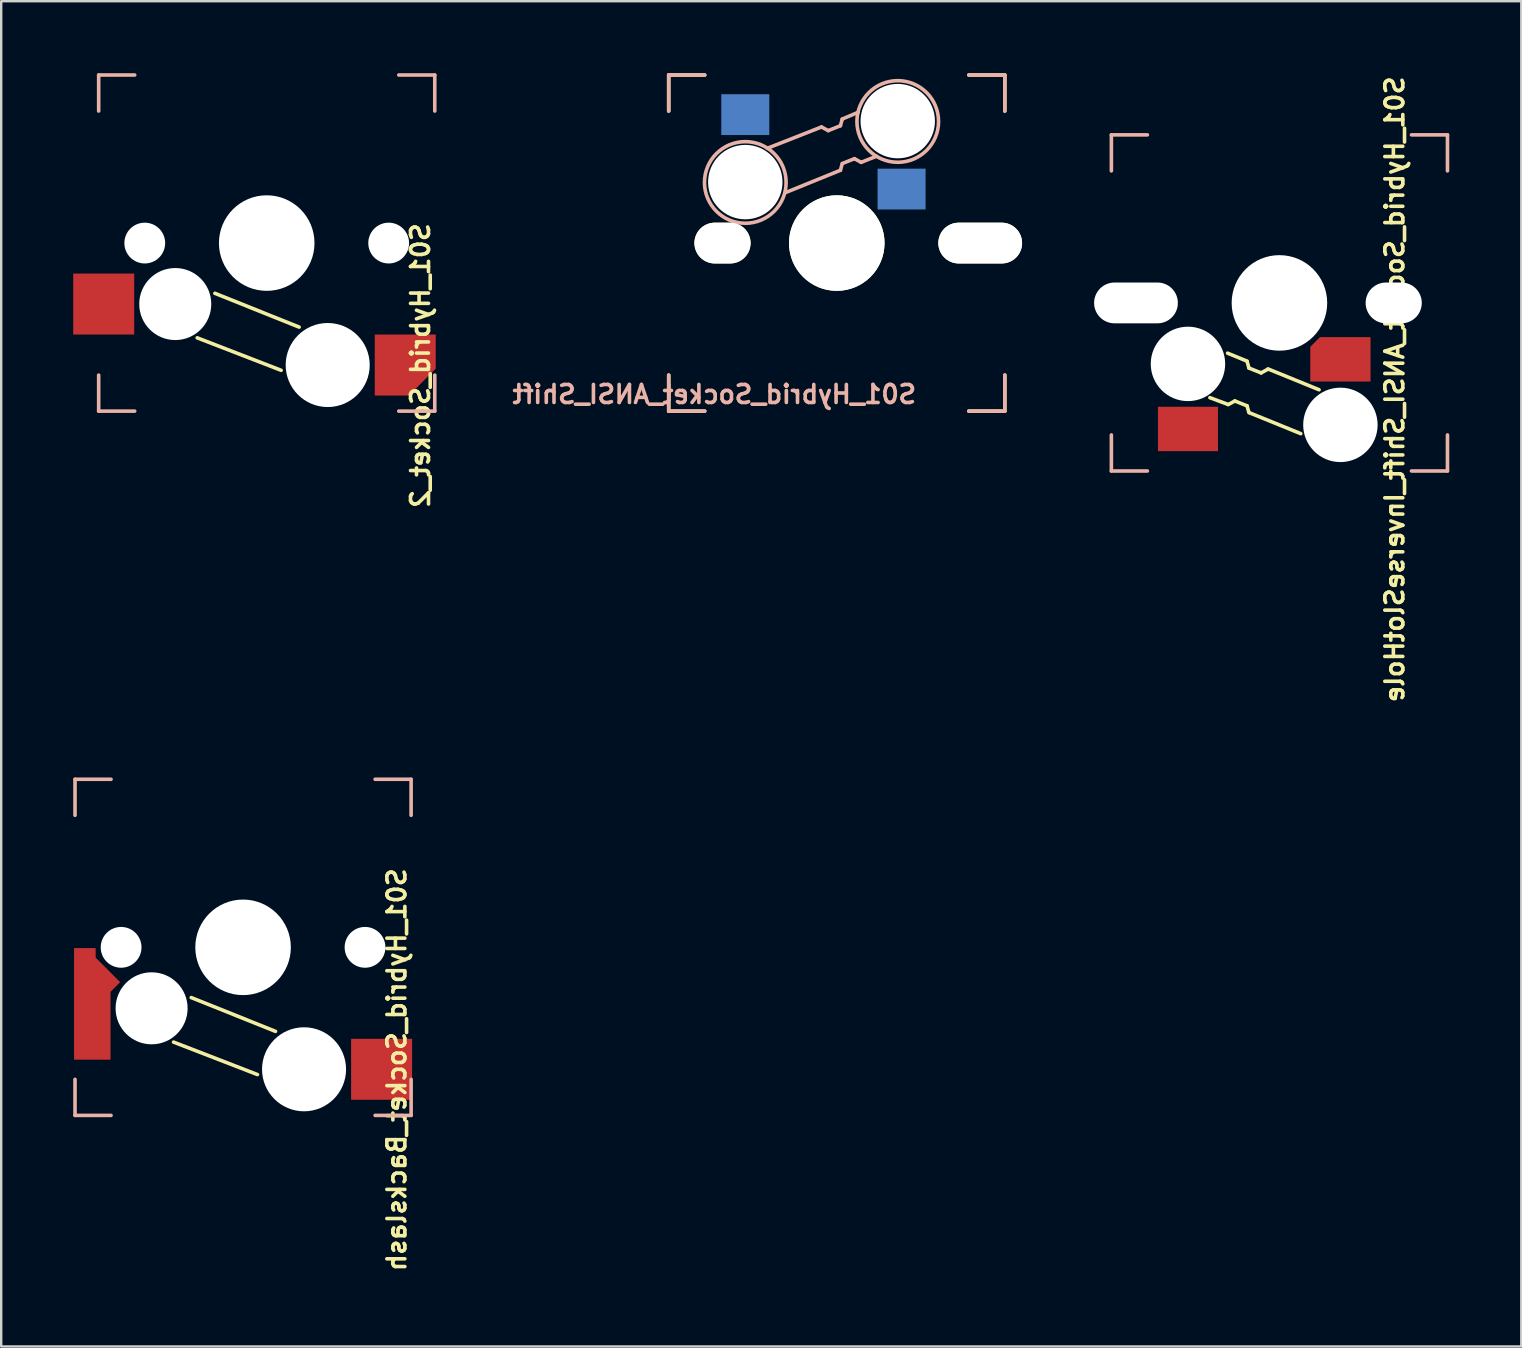
<source format=kicad_pcb>
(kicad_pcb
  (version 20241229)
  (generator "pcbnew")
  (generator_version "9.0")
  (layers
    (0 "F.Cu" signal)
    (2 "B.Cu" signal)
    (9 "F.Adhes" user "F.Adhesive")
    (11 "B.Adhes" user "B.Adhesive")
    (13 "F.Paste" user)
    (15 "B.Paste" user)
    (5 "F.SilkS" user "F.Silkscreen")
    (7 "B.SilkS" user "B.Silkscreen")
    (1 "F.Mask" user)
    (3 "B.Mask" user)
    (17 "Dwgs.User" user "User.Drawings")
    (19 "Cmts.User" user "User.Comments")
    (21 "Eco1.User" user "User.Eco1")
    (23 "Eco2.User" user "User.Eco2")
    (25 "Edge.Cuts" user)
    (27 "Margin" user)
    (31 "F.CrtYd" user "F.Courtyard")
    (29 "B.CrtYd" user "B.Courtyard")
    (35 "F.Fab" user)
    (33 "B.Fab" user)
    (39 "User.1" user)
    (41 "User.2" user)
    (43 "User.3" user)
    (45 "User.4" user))
  (footprint "S01_Hybrid_Socket_2"
    (layer "F.Cu")
    (at 8.06 7.075)
    (property "Reference" "S01_Hybrid_Socket_2" (at 6.4 5.1 270) (layer "F.SilkS") (effects (font (size 0.75 0.75) (thickness 0.15)) (justify mirror)))
    (attr smd)
    (fp_line (start -2.159 2.093) (end 1.35 3.5) (stroke (width 0.15) (type solid)) (layer "F.SilkS"))
    (fp_line (start 0.6 5.3) (end -2.896 3.947) (stroke (width 0.15) (type solid)) (layer "F.SilkS"))
    (fp_line (start -7 -7) (end -5.5 -7) (stroke (width 0.15) (type solid)) (layer "B.SilkS"))
    (fp_line (start -7 -5.5) (end -7 -7) (stroke (width 0.15) (type solid)) (layer "B.SilkS"))
    (fp_line (start -7 7) (end -7 5.5) (stroke (width 0.15) (type solid)) (layer "B.SilkS"))
    (fp_line (start -5.5 7) (end -7 7) (stroke (width 0.15) (type solid)) (layer "B.SilkS"))
    (fp_line (start 5.5 -7) (end 7 -7) (stroke (width 0.15) (type solid)) (layer "B.SilkS"))
    (fp_line (start 7 -7) (end 7 -5.5) (stroke (width 0.15) (type solid)) (layer "B.SilkS"))
    (fp_line (start 7 5.5) (end 7 7) (stroke (width 0.15) (type solid)) (layer "B.SilkS"))
    (fp_line (start 7 7) (end 5.5 7) (stroke (width 0.15) (type solid)) (layer "B.SilkS"))
    (pad "" np_thru_hole circle (at -5.08 0 180) (size 1.699 1.699) (drill 1.699) (layers "*.Cu" "*.Mask"))
    (pad "" np_thru_hole circle (at -3.81 2.54) (size 3 3) (drill 3) (layers "*.Cu" "*.Mask"))
    (pad "" np_thru_hole circle (at 0 0 180) (size 3.98 3.98) (drill 3.98) (layers "*.Cu" "*.Mask"))
    (pad "" np_thru_hole circle (at 2.54 5.08 180) (size 3.5 3.5) (drill 3.5) (layers "*.Cu" "*.Mask"))
    (pad "" np_thru_hole circle (at 5.08 0 180) (size 1.699 1.699) (drill 1.699) (layers "*.Cu" "*.Mask"))
    (pad "1" smd rect (at -6.79 2.54 180) (size 2.54 2.54) (layers "F.Cu" "F.Mask" "F.Paste"))
    (pad "2" smd custom (at 5.77 5.08) (size 1.5 1.5) (layers "F.Cu" "F.Mask" "F.Paste") (options (anchor circle)) (primitives (gr_poly (pts (xy -1.27 -1.27) (xy -1.27 1.27) (xy 0.15 1.27) (xy 1.27 0.15) (xy 1.27 -1.27)) (width 0) (fill yes)))))
  (footprint "S01_Hybrid_Socket_ANSI_Shift"
    (layer "F.Cu")
    (at 31.805 7.075)
    (property "Reference" "S01_Hybrid_Socket_ANSI_Shift" (at -5.1 6.3 0) (layer "B.SilkS") (effects (font (size 0.75 0.75) (thickness 0.15)) (justify mirror)))
    (attr through_hole)
    (fp_line (start -7 -7) (end -5.5 -7) (stroke (width 0.15) (type solid)) (layer "F.SilkS"))
    (fp_line (start -7 -5.5) (end -7 -7) (stroke (width 0.15) (type solid)) (layer "F.SilkS"))
    (fp_line (start -7 7) (end -7 5.5) (stroke (width 0.15) (type solid)) (layer "F.SilkS"))
    (fp_line (start -5.5 7) (end -7 7) (stroke (width 0.15) (type solid)) (layer "F.SilkS"))
    (fp_line (start 5.5 -7) (end 7 -7) (stroke (width 0.15) (type solid)) (layer "F.SilkS"))
    (fp_line (start 7 -7) (end 7 -5.5) (stroke (width 0.15) (type solid)) (layer "F.SilkS"))
    (fp_line (start 7 5.5) (end 7 7) (stroke (width 0.15) (type solid)) (layer "F.SilkS"))
    (fp_line (start 7 7) (end 5.5 7) (stroke (width 0.15) (type solid)) (layer "F.SilkS"))
    (fp_line (start -7 -7) (end -5.5 -7) (stroke (width 0.15) (type solid)) (layer "B.SilkS"))
    (fp_line (start -7 -5.5) (end -7 -7) (stroke (width 0.15) (type solid)) (layer "B.SilkS"))
    (fp_line (start -7 7) (end -7 5.5) (stroke (width 0.15) (type solid)) (layer "B.SilkS"))
    (fp_line (start -5.5 7) (end -7 7) (stroke (width 0.15) (type solid)) (layer "B.SilkS"))
    (fp_line (start -2.159 -2.093) (end 0.152 -3.033) (stroke (width 0.15) (type solid)) (layer "B.SilkS"))
    (fp_line (start -0.635 -4.836) (end -2.896 -3.947) (stroke (width 0.15) (type solid)) (layer "B.SilkS"))
    (fp_line (start -0.635 -4.836) (end -0.356 -4.684) (stroke (width 0.15) (type solid)) (layer "B.SilkS"))
    (fp_line (start -0.356 -4.684) (end 0.152 -4.887) (stroke (width 0.15) (type solid)) (layer "B.SilkS"))
    (fp_line (start 0.152 -4.887) (end 0.229 -5.166) (stroke (width 0.15) (type solid)) (layer "B.SilkS"))
    (fp_line (start 0.229 -3.312) (end 0.152 -3.033) (stroke (width 0.15) (type solid)) (layer "B.SilkS"))
    (fp_line (start 0.737 -3.515) (end 0.229 -3.312) (stroke (width 0.15) (type solid)) (layer "B.SilkS"))
    (fp_line (start 0.889 -5.446) (end 0.229 -5.166) (stroke (width 0.15) (type solid)) (layer "B.SilkS"))
    (fp_line (start 1.016 -3.363) (end 0.737 -3.515) (stroke (width 0.15) (type solid)) (layer "B.SilkS"))
    (fp_line (start 1.651 -3.617) (end 1.016 -3.363) (stroke (width 0.15) (type solid)) (layer "B.SilkS"))
    (fp_line (start 5.5 -7) (end 7 -7) (stroke (width 0.15) (type solid)) (layer "B.SilkS"))
    (fp_line (start 7 -7) (end 7 -5.5) (stroke (width 0.15) (type solid)) (layer "B.SilkS"))
    (fp_line (start 7 5.5) (end 7 7) (stroke (width 0.15) (type solid)) (layer "B.SilkS"))
    (fp_line (start 7 7) (end 5.5 7) (stroke (width 0.15) (type solid)) (layer "B.SilkS"))
    (fp_circle (center -3.81 -2.525) (end -2.11 -2.525) (stroke (width 0.15) (type solid)) (fill no) (layer "B.SilkS"))
    (fp_circle (center 2.54 -5.065) (end 4.24 -5.065) (stroke (width 0.15) (type solid)) (fill no) (layer "B.SilkS"))
    (pad "" np_thru_hole oval (at -4.76 0) (size 2.339 1.699) (drill oval 2.339 1.699) (layers "*.Cu" "*.Mask" "F.SilkS"))
    (pad "" np_thru_hole circle (at -3.81 -2.54 180) (size 3.1 3.1) (drill 3.1) (layers "*.Cu" "*.Mask"))
    (pad "" np_thru_hole circle (at 0 0) (size 3.98 3.98) (drill 3.98) (layers "*.Cu" "*.Mask" "F.SilkS"))
    (pad "" np_thru_hole circle (at 2.54 -5.08) (size 3.1 3.1) (drill 3.1) (layers "*.Cu" "*.Mask"))
    (pad "" np_thru_hole oval (at 5.975 0) (size 3.489 1.699) (drill oval 3.489 1.699) (layers "*.Cu" "*.Mask" "F.SilkS"))
    (pad "1" smd rect (at -3.81 -5.35) (size 2 1.7) (layers "B.Cu" "B.Mask" "B.Paste"))
    (pad "2" smd rect (at 2.7 -2.25 180) (size 2 1.7) (layers "B.Cu" "B.Mask" "B.Paste")))
  (footprint "S01_Hybrid_Socket_Backslash"
    (layer "F.Cu")
    (at 7.075 36.411)
    (property "Reference" "S01_Hybrid_Socket_Backslash" (at 6.4 5.1 270) (layer "F.SilkS") (effects (font (size 0.75 0.75) (thickness 0.15)) (justify mirror)))
    (attr smd)
    (fp_line (start -2.159 2.093) (end 1.35 3.5) (stroke (width 0.15) (type solid)) (layer "F.SilkS"))
    (fp_line (start 0.6 5.3) (end -2.896 3.947) (stroke (width 0.15) (type solid)) (layer "F.SilkS"))
    (fp_line (start -7 -7) (end -5.5 -7) (stroke (width 0.15) (type solid)) (layer "B.SilkS"))
    (fp_line (start -7 -5.5) (end -7 -7) (stroke (width 0.15) (type solid)) (layer "B.SilkS"))
    (fp_line (start -7 7) (end -7 5.5) (stroke (width 0.15) (type solid)) (layer "B.SilkS"))
    (fp_line (start -5.5 7) (end -7 7) (stroke (width 0.15) (type solid)) (layer "B.SilkS"))
    (fp_line (start 5.5 -7) (end 7 -7) (stroke (width 0.15) (type solid)) (layer "B.SilkS"))
    (fp_line (start 7 -7) (end 7 -5.5) (stroke (width 0.15) (type solid)) (layer "B.SilkS"))
    (fp_line (start 7 5.5) (end 7 7) (stroke (width 0.15) (type solid)) (layer "B.SilkS"))
    (fp_line (start 7 7) (end 5.5 7) (stroke (width 0.15) (type solid)) (layer "B.SilkS"))
    (pad "" np_thru_hole circle (at -5.08 0 180) (size 1.699 1.699) (drill 1.699) (layers "*.Cu" "*.Mask"))
    (pad "" np_thru_hole circle (at -3.81 2.54) (size 3 3) (drill 3) (layers "*.Cu" "*.Mask"))
    (pad "" np_thru_hole circle (at 0 0 180) (size 3.98 3.98) (drill 3.98) (layers "*.Cu" "*.Mask"))
    (pad "" np_thru_hole circle (at 2.54 5.08 180) (size 3.5 3.5) (drill 3.5) (layers "*.Cu" "*.Mask"))
    (pad "" np_thru_hole circle (at 5.08 0 180) (size 1.699 1.699) (drill 1.699) (layers "*.Cu" "*.Mask"))
    (pad "1" smd custom (at -6.12 2.54) (size 1.2 1.2) (layers "F.Cu" "F.Mask" "F.Paste") (options (anchor circle)) (primitives (gr_poly (pts (xy -0.92 -2.51) (xy -0.92 2.14) (xy 0.6 2.14) (xy 0.6 -0.69) (xy 1 -1.09) (xy -0.02 -2.11) (xy -0.02 -2.51)) (width 0) (fill yes))))
    (pad "2" smd rect (at 5.77 5.08 180) (size 2.54 2.54) (layers "F.Cu" "F.Mask" "F.Paste")))
  (footprint "S01_Hybrid_Socket_ANSI_Shift_InverseSlotHole"
    (layer "F.Cu")
    (at 50.244 9.568)
    (property "Reference" "S01_Hybrid_Socket_ANSI_Shift_InverseSlotHole" (at 4.8 3.6 90) (layer "F.SilkS") (effects (font (size 0.75 0.75) (thickness 0.15)) (justify mirror)))
    (attr through_hole)
    (fp_line (start -2.159 2.093) (end -1.35 2.425) (stroke (width 0.15) (type solid)) (layer "F.SilkS"))
    (fp_line (start -2.15 4.225) (end -2.896 3.947) (stroke (width 0.15) (type solid)) (layer "F.SilkS"))
    (fp_line (start -2.135 4.236) (end -1.856 4.084) (stroke (width 0.15) (type solid)) (layer "F.SilkS"))
    (fp_line (start -1.856 4.084) (end -1.348 4.287) (stroke (width 0.15) (type solid)) (layer "F.SilkS"))
    (fp_line (start -1.348 4.287) (end -1.271 4.566) (stroke (width 0.15) (type solid)) (layer "F.SilkS"))
    (fp_line (start -1.271 2.712) (end -1.348 2.433) (stroke (width 0.15) (type solid)) (layer "F.SilkS"))
    (fp_line (start -0.763 2.915) (end -1.271 2.712) (stroke (width 0.15) (type solid)) (layer "F.SilkS"))
    (fp_line (start -0.484 2.763) (end -0.763 2.915) (stroke (width 0.15) (type solid)) (layer "F.SilkS"))
    (fp_line (start 0.889 5.446) (end -1.25 4.575) (stroke (width 0.15) (type solid)) (layer "F.SilkS"))
    (fp_line (start 1.651 3.617) (end -0.475 2.75) (stroke (width 0.15) (type solid)) (layer "F.SilkS"))
    (fp_line (start -7 -7) (end -5.5 -7) (stroke (width 0.15) (type solid)) (layer "B.SilkS"))
    (fp_line (start -7 -5.5) (end -7 -7) (stroke (width 0.15) (type solid)) (layer "B.SilkS"))
    (fp_line (start -7 7) (end -7 5.5) (stroke (width 0.15) (type solid)) (layer "B.SilkS"))
    (fp_line (start -5.5 7) (end -7 7) (stroke (width 0.15) (type solid)) (layer "B.SilkS"))
    (fp_line (start 5.5 -7) (end 7 -7) (stroke (width 0.15) (type solid)) (layer "B.SilkS"))
    (fp_line (start 7 -7) (end 7 -5.5) (stroke (width 0.15) (type solid)) (layer "B.SilkS"))
    (fp_line (start 7 5.5) (end 7 7) (stroke (width 0.15) (type solid)) (layer "B.SilkS"))
    (fp_line (start 7 7) (end 5.5 7) (stroke (width 0.15) (type solid)) (layer "B.SilkS"))
    (pad "" np_thru_hole oval (at -5.975 0 180) (size 3.489 1.699) (drill oval 3.489 1.699) (layers "*.Cu" "*.Mask"))
    (pad "" np_thru_hole circle (at -3.81 2.54) (size 3.1 3.1) (drill 3.1) (layers "*.Cu" "*.Mask"))
    (pad "" np_thru_hole circle (at 0 0 180) (size 3.98 3.98) (drill 3.98) (layers "*.Cu" "*.Mask"))
    (pad "" np_thru_hole circle (at 2.54 5.08 180) (size 3.1 3.1) (drill 3.1) (layers "*.Cu" "*.Mask"))
    (pad "" np_thru_hole oval (at 4.76 0 180) (size 2.339 1.699) (drill oval 2.339 1.699) (layers "*.Cu" "*.Mask"))
    (pad "1" smd rect (at -3.81 5.25 180) (size 2.5 1.85) (layers "F.Cu" "F.Mask" "F.Paste"))
    (pad "2" smd custom (at 2.54 2.35 180) (size 1 1) (layers "F.Cu" "F.Mask" "F.Paste") (options (anchor rect)) (primitives (gr_poly (pts (xy -1.24 -0.92) (xy 1.25 -0.92) (xy 1.25 0.52) (xy 0.85 0.92) (xy -1.25 0.92) (xy -1.25 -0.92)) (width 0.01) (fill yes)))))
  (gr_rect
    (start -3 -3)
    (end 60.319 53.036)
    (stroke (width 0.1) (type default))
    (fill no)
    (layer "Edge.Cuts")))
</source>
